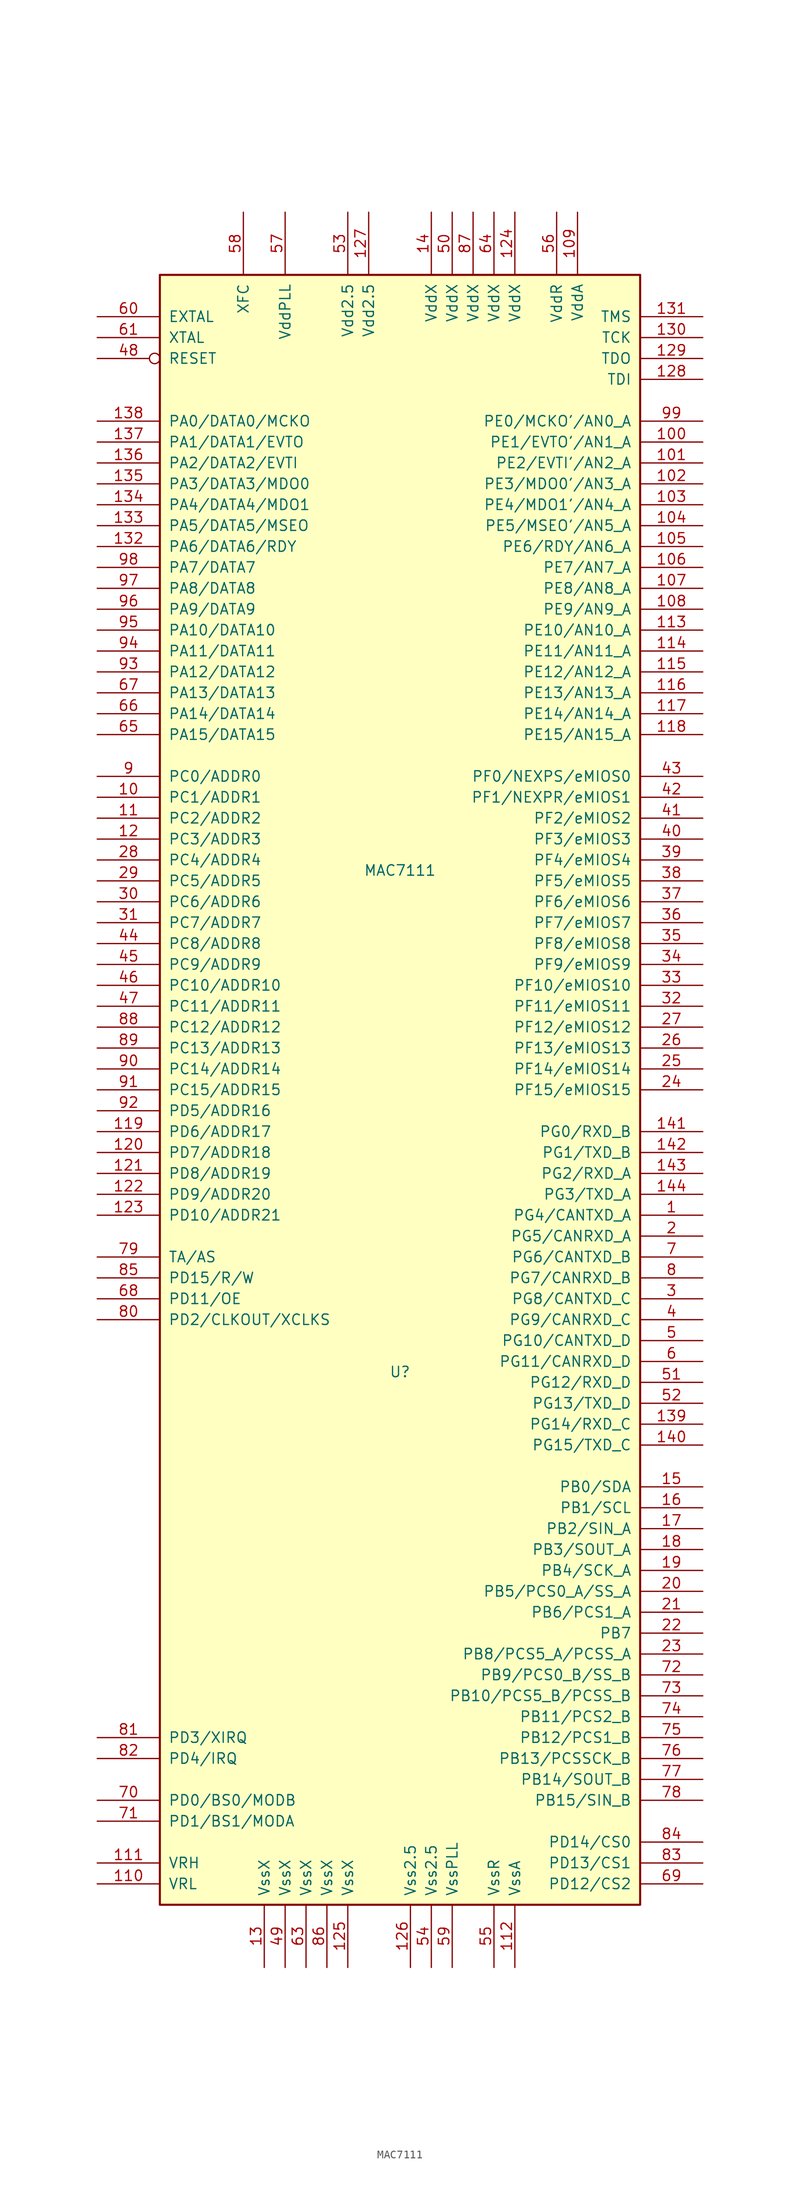
<source format=kicad_sym>
(kicad_symbol_lib
  (version 20211014)
  (generator kicad_symbol_editor)
  (symbol "MAC7111"
    (pin_names
      (offset 1.016))
    (property "Reference" "U"
      (at -1.27 -44.45 0)
      (effects (font (size 1.27 1.27))))
    (property "Value" "MAC7111"
      (at -1.27 16.51 0)
      (effects (font (size 1.27 1.27))))
    (symbol "MAC7111_0_1"
      (rectangle (start 27.94 -109.22) (end -30.48 88.9) (stroke (width 0.254) (type default) (color 0 0 0 0)) (fill (type background))))
    (symbol "MAC7111_1_1"
      (pin bidirectional line (at 35.56 -25.4 180) (length 7.62) (name "PG4/CANTXD_A" (effects (font (size 1.27 1.27)))) (number "1" (effects (font (size 1.27 1.27)))))
      (pin bidirectional line (at -38.1 25.4 0) (length 7.62) (name "PC1/ADDR1" (effects (font (size 1.27 1.27)))) (number "10" (effects (font (size 1.27 1.27)))))
      (pin bidirectional line (at 35.56 68.58 180) (length 7.62) (name "PE1/EVTO'/AN1_A" (effects (font (size 1.27 1.27)))) (number "100" (effects (font (size 1.27 1.27)))))
      (pin bidirectional line (at 35.56 66.04 180) (length 7.62) (name "PE2/EVTI'/AN2_A" (effects (font (size 1.27 1.27)))) (number "101" (effects (font (size 1.27 1.27)))))
      (pin bidirectional line (at 35.56 63.5 180) (length 7.62) (name "PE3/MDO0'/AN3_A" (effects (font (size 1.27 1.27)))) (number "102" (effects (font (size 1.27 1.27)))))
      (pin bidirectional line (at 35.56 60.96 180) (length 7.62) (name "PE4/MDO1'/AN4_A" (effects (font (size 1.27 1.27)))) (number "103" (effects (font (size 1.27 1.27)))))
      (pin bidirectional line (at 35.56 58.42 180) (length 7.62) (name "PE5/MSEO'/AN5_A" (effects (font (size 1.27 1.27)))) (number "104" (effects (font (size 1.27 1.27)))))
      (pin bidirectional line (at 35.56 55.88 180) (length 7.62) (name "PE6/RDY/AN6_A" (effects (font (size 1.27 1.27)))) (number "105" (effects (font (size 1.27 1.27)))))
      (pin bidirectional line (at 35.56 53.34 180) (length 7.62) (name "PE7/AN7_A" (effects (font (size 1.27 1.27)))) (number "106" (effects (font (size 1.27 1.27)))))
      (pin bidirectional line (at 35.56 50.8 180) (length 7.62) (name "PE8/AN8_A" (effects (font (size 1.27 1.27)))) (number "107" (effects (font (size 1.27 1.27)))))
      (pin bidirectional line (at 35.56 48.26 180) (length 7.62) (name "PE9/AN9_A" (effects (font (size 1.27 1.27)))) (number "108" (effects (font (size 1.27 1.27)))))
      (pin power_in line (at 20.32 96.52 270) (length 7.62) (name "VddA" (effects (font (size 1.27 1.27)))) (number "109" (effects (font (size 1.27 1.27)))))
      (pin bidirectional line (at -38.1 22.86 0) (length 7.62) (name "PC2/ADDR2" (effects (font (size 1.27 1.27)))) (number "11" (effects (font (size 1.27 1.27)))))
      (pin passive line (at -38.1 -106.68 0) (length 7.62) (name "VRL" (effects (font (size 1.27 1.27)))) (number "110" (effects (font (size 1.27 1.27)))))
      (pin passive line (at -38.1 -104.14 0) (length 7.62) (name "VRH" (effects (font (size 1.27 1.27)))) (number "111" (effects (font (size 1.27 1.27)))))
      (pin power_in line (at 12.7 -116.84 90) (length 7.62) (name "VssA" (effects (font (size 1.27 1.27)))) (number "112" (effects (font (size 1.27 1.27)))))
      (pin bidirectional line (at 35.56 45.72 180) (length 7.62) (name "PE10/AN10_A" (effects (font (size 1.27 1.27)))) (number "113" (effects (font (size 1.27 1.27)))))
      (pin bidirectional line (at 35.56 43.18 180) (length 7.62) (name "PE11/AN11_A" (effects (font (size 1.27 1.27)))) (number "114" (effects (font (size 1.27 1.27)))))
      (pin bidirectional line (at 35.56 40.64 180) (length 7.62) (name "PE12/AN12_A" (effects (font (size 1.27 1.27)))) (number "115" (effects (font (size 1.27 1.27)))))
      (pin bidirectional line (at 35.56 38.1 180) (length 7.62) (name "PE13/AN13_A" (effects (font (size 1.27 1.27)))) (number "116" (effects (font (size 1.27 1.27)))))
      (pin bidirectional line (at 35.56 35.56 180) (length 7.62) (name "PE14/AN14_A" (effects (font (size 1.27 1.27)))) (number "117" (effects (font (size 1.27 1.27)))))
      (pin bidirectional line (at 35.56 33.02 180) (length 7.62) (name "PE15/AN15_A" (effects (font (size 1.27 1.27)))) (number "118" (effects (font (size 1.27 1.27)))))
      (pin bidirectional line (at -38.1 -15.24 0) (length 7.62) (name "PD6/ADDR17" (effects (font (size 1.27 1.27)))) (number "119" (effects (font (size 1.27 1.27)))))
      (pin bidirectional line (at -38.1 20.32 0) (length 7.62) (name "PC3/ADDR3" (effects (font (size 1.27 1.27)))) (number "12" (effects (font (size 1.27 1.27)))))
      (pin bidirectional line (at -38.1 -17.78 0) (length 7.62) (name "PD7/ADDR18" (effects (font (size 1.27 1.27)))) (number "120" (effects (font (size 1.27 1.27)))))
      (pin bidirectional line (at -38.1 -20.32 0) (length 7.62) (name "PD8/ADDR19" (effects (font (size 1.27 1.27)))) (number "121" (effects (font (size 1.27 1.27)))))
      (pin bidirectional line (at -38.1 -22.86 0) (length 7.62) (name "PD9/ADDR20" (effects (font (size 1.27 1.27)))) (number "122" (effects (font (size 1.27 1.27)))))
      (pin bidirectional line (at -38.1 -25.4 0) (length 7.62) (name "PD10/ADDR21" (effects (font (size 1.27 1.27)))) (number "123" (effects (font (size 1.27 1.27)))))
      (pin power_in line (at 12.7 96.52 270) (length 7.62) (name "VddX" (effects (font (size 1.27 1.27)))) (number "124" (effects (font (size 1.27 1.27)))))
      (pin power_in line (at -7.62 -116.84 90) (length 7.62) (name "VssX" (effects (font (size 1.27 1.27)))) (number "125" (effects (font (size 1.27 1.27)))))
      (pin power_in line (at 0 -116.84 90) (length 7.62) (name "Vss2.5" (effects (font (size 1.27 1.27)))) (number "126" (effects (font (size 1.27 1.27)))))
      (pin power_in line (at -5.08 96.52 270) (length 7.62) (name "Vdd2.5" (effects (font (size 1.27 1.27)))) (number "127" (effects (font (size 1.27 1.27)))))
      (pin input line (at 35.56 76.2 180) (length 7.62) (name "TDI" (effects (font (size 1.27 1.27)))) (number "128" (effects (font (size 1.27 1.27)))))
      (pin output line (at 35.56 78.74 180) (length 7.62) (name "TDO" (effects (font (size 1.27 1.27)))) (number "129" (effects (font (size 1.27 1.27)))))
      (pin power_in line (at -17.78 -116.84 90) (length 7.62) (name "VssX" (effects (font (size 1.27 1.27)))) (number "13" (effects (font (size 1.27 1.27)))))
      (pin input line (at 35.56 81.28 180) (length 7.62) (name "TCK" (effects (font (size 1.27 1.27)))) (number "130" (effects (font (size 1.27 1.27)))))
      (pin input line (at 35.56 83.82 180) (length 7.62) (name "TMS" (effects (font (size 1.27 1.27)))) (number "131" (effects (font (size 1.27 1.27)))))
      (pin bidirectional line (at -38.1 55.88 0) (length 7.62) (name "PA6/DATA6/RDY" (effects (font (size 1.27 1.27)))) (number "132" (effects (font (size 1.27 1.27)))))
      (pin bidirectional line (at -38.1 58.42 0) (length 7.62) (name "PA5/DATA5/MSEO" (effects (font (size 1.27 1.27)))) (number "133" (effects (font (size 1.27 1.27)))))
      (pin bidirectional line (at -38.1 60.96 0) (length 7.62) (name "PA4/DATA4/MDO1" (effects (font (size 1.27 1.27)))) (number "134" (effects (font (size 1.27 1.27)))))
      (pin bidirectional line (at -38.1 63.5 0) (length 7.62) (name "PA3/DATA3/MDO0" (effects (font (size 1.27 1.27)))) (number "135" (effects (font (size 1.27 1.27)))))
      (pin bidirectional line (at -38.1 66.04 0) (length 7.62) (name "PA2/DATA2/EVTI" (effects (font (size 1.27 1.27)))) (number "136" (effects (font (size 1.27 1.27)))))
      (pin bidirectional line (at -38.1 68.58 0) (length 7.62) (name "PA1/DATA1/EVTO" (effects (font (size 1.27 1.27)))) (number "137" (effects (font (size 1.27 1.27)))))
      (pin bidirectional line (at -38.1 71.12 0) (length 7.62) (name "PA0/DATA0/MCKO" (effects (font (size 1.27 1.27)))) (number "138" (effects (font (size 1.27 1.27)))))
      (pin bidirectional line (at 35.56 -50.8 180) (length 7.62) (name "PG14/RXD_C" (effects (font (size 1.27 1.27)))) (number "139" (effects (font (size 1.27 1.27)))))
      (pin power_in line (at 2.54 96.52 270) (length 7.62) (name "VddX" (effects (font (size 1.27 1.27)))) (number "14" (effects (font (size 1.27 1.27)))))
      (pin bidirectional line (at 35.56 -53.34 180) (length 7.62) (name "PG15/TXD_C" (effects (font (size 1.27 1.27)))) (number "140" (effects (font (size 1.27 1.27)))))
      (pin bidirectional line (at 35.56 -15.24 180) (length 7.62) (name "PG0/RXD_B" (effects (font (size 1.27 1.27)))) (number "141" (effects (font (size 1.27 1.27)))))
      (pin bidirectional line (at 35.56 -17.78 180) (length 7.62) (name "PG1/TXD_B" (effects (font (size 1.27 1.27)))) (number "142" (effects (font (size 1.27 1.27)))))
      (pin bidirectional line (at 35.56 -20.32 180) (length 7.62) (name "PG2/RXD_A" (effects (font (size 1.27 1.27)))) (number "143" (effects (font (size 1.27 1.27)))))
      (pin bidirectional line (at 35.56 -22.86 180) (length 7.62) (name "PG3/TXD_A" (effects (font (size 1.27 1.27)))) (number "144" (effects (font (size 1.27 1.27)))))
      (pin bidirectional line (at 35.56 -58.42 180) (length 7.62) (name "PB0/SDA" (effects (font (size 1.27 1.27)))) (number "15" (effects (font (size 1.27 1.27)))))
      (pin bidirectional line (at 35.56 -60.96 180) (length 7.62) (name "PB1/SCL" (effects (font (size 1.27 1.27)))) (number "16" (effects (font (size 1.27 1.27)))))
      (pin bidirectional line (at 35.56 -63.5 180) (length 7.62) (name "PB2/SIN_A" (effects (font (size 1.27 1.27)))) (number "17" (effects (font (size 1.27 1.27)))))
      (pin bidirectional line (at 35.56 -66.04 180) (length 7.62) (name "PB3/SOUT_A" (effects (font (size 1.27 1.27)))) (number "18" (effects (font (size 1.27 1.27)))))
      (pin bidirectional line (at 35.56 -68.58 180) (length 7.62) (name "PB4/SCK_A" (effects (font (size 1.27 1.27)))) (number "19" (effects (font (size 1.27 1.27)))))
      (pin bidirectional line (at 35.56 -27.94 180) (length 7.62) (name "PG5/CANRXD_A" (effects (font (size 1.27 1.27)))) (number "2" (effects (font (size 1.27 1.27)))))
      (pin bidirectional line (at 35.56 -71.12 180) (length 7.62) (name "PB5/PCS0_A/SS_A" (effects (font (size 1.27 1.27)))) (number "20" (effects (font (size 1.27 1.27)))))
      (pin bidirectional line (at 35.56 -73.66 180) (length 7.62) (name "PB6/PCS1_A" (effects (font (size 1.27 1.27)))) (number "21" (effects (font (size 1.27 1.27)))))
      (pin bidirectional line (at 35.56 -76.2 180) (length 7.62) (name "PB7" (effects (font (size 1.27 1.27)))) (number "22" (effects (font (size 1.27 1.27)))))
      (pin bidirectional line (at 35.56 -78.74 180) (length 7.62) (name "PB8/PCS5_A/PCSS_A" (effects (font (size 1.27 1.27)))) (number "23" (effects (font (size 1.27 1.27)))))
      (pin bidirectional line (at 35.56 -10.16 180) (length 7.62) (name "PF15/eMIOS15" (effects (font (size 1.27 1.27)))) (number "24" (effects (font (size 1.27 1.27)))))
      (pin bidirectional line (at 35.56 -7.62 180) (length 7.62) (name "PF14/eMIOS14" (effects (font (size 1.27 1.27)))) (number "25" (effects (font (size 1.27 1.27)))))
      (pin bidirectional line (at 35.56 -5.08 180) (length 7.62) (name "PF13/eMIOS13" (effects (font (size 1.27 1.27)))) (number "26" (effects (font (size 1.27 1.27)))))
      (pin bidirectional line (at 35.56 -2.54 180) (length 7.62) (name "PF12/eMIOS12" (effects (font (size 1.27 1.27)))) (number "27" (effects (font (size 1.27 1.27)))))
      (pin bidirectional line (at -38.1 17.78 0) (length 7.62) (name "PC4/ADDR4" (effects (font (size 1.27 1.27)))) (number "28" (effects (font (size 1.27 1.27)))))
      (pin bidirectional line (at -38.1 15.24 0) (length 7.62) (name "PC5/ADDR5" (effects (font (size 1.27 1.27)))) (number "29" (effects (font (size 1.27 1.27)))))
      (pin bidirectional line (at 35.56 -35.56 180) (length 7.62) (name "PG8/CANTXD_C" (effects (font (size 1.27 1.27)))) (number "3" (effects (font (size 1.27 1.27)))))
      (pin bidirectional line (at -38.1 12.7 0) (length 7.62) (name "PC6/ADDR6" (effects (font (size 1.27 1.27)))) (number "30" (effects (font (size 1.27 1.27)))))
      (pin bidirectional line (at -38.1 10.16 0) (length 7.62) (name "PC7/ADDR7" (effects (font (size 1.27 1.27)))) (number "31" (effects (font (size 1.27 1.27)))))
      (pin bidirectional line (at 35.56 0 180) (length 7.62) (name "PF11/eMIOS11" (effects (font (size 1.27 1.27)))) (number "32" (effects (font (size 1.27 1.27)))))
      (pin bidirectional line (at 35.56 2.54 180) (length 7.62) (name "PF10/eMIOS10" (effects (font (size 1.27 1.27)))) (number "33" (effects (font (size 1.27 1.27)))))
      (pin bidirectional line (at 35.56 5.08 180) (length 7.62) (name "PF9/eMIOS9" (effects (font (size 1.27 1.27)))) (number "34" (effects (font (size 1.27 1.27)))))
      (pin bidirectional line (at 35.56 7.62 180) (length 7.62) (name "PF8/eMIOS8" (effects (font (size 1.27 1.27)))) (number "35" (effects (font (size 1.27 1.27)))))
      (pin bidirectional line (at 35.56 10.16 180) (length 7.62) (name "PF7/eMIOS7" (effects (font (size 1.27 1.27)))) (number "36" (effects (font (size 1.27 1.27)))))
      (pin bidirectional line (at 35.56 12.7 180) (length 7.62) (name "PF6/eMIOS6" (effects (font (size 1.27 1.27)))) (number "37" (effects (font (size 1.27 1.27)))))
      (pin bidirectional line (at 35.56 15.24 180) (length 7.62) (name "PF5/eMIOS5" (effects (font (size 1.27 1.27)))) (number "38" (effects (font (size 1.27 1.27)))))
      (pin bidirectional line (at 35.56 17.78 180) (length 7.62) (name "PF4/eMIOS4" (effects (font (size 1.27 1.27)))) (number "39" (effects (font (size 1.27 1.27)))))
      (pin bidirectional line (at 35.56 -38.1 180) (length 7.62) (name "PG9/CANRXD_C" (effects (font (size 1.27 1.27)))) (number "4" (effects (font (size 1.27 1.27)))))
      (pin bidirectional line (at 35.56 20.32 180) (length 7.62) (name "PF3/eMIOS3" (effects (font (size 1.27 1.27)))) (number "40" (effects (font (size 1.27 1.27)))))
      (pin bidirectional line (at 35.56 22.86 180) (length 7.62) (name "PF2/eMIOS2" (effects (font (size 1.27 1.27)))) (number "41" (effects (font (size 1.27 1.27)))))
      (pin bidirectional line (at 35.56 25.4 180) (length 7.62) (name "PF1/NEXPR/eMIOS1" (effects (font (size 1.27 1.27)))) (number "42" (effects (font (size 1.27 1.27)))))
      (pin bidirectional line (at 35.56 27.94 180) (length 7.62) (name "PF0/NEXPS/eMIOS0" (effects (font (size 1.27 1.27)))) (number "43" (effects (font (size 1.27 1.27)))))
      (pin bidirectional line (at -38.1 7.62 0) (length 7.62) (name "PC8/ADDR8" (effects (font (size 1.27 1.27)))) (number "44" (effects (font (size 1.27 1.27)))))
      (pin bidirectional line (at -38.1 5.08 0) (length 7.62) (name "PC9/ADDR9" (effects (font (size 1.27 1.27)))) (number "45" (effects (font (size 1.27 1.27)))))
      (pin bidirectional line (at -38.1 2.54 0) (length 7.62) (name "PC10/ADDR10" (effects (font (size 1.27 1.27)))) (number "46" (effects (font (size 1.27 1.27)))))
      (pin bidirectional line (at -38.1 0 0) (length 7.62) (name "PC11/ADDR11" (effects (font (size 1.27 1.27)))) (number "47" (effects (font (size 1.27 1.27)))))
      (pin bidirectional inverted (at -38.1 78.74 0) (length 7.62) (name "RESET" (effects (font (size 1.27 1.27)))) (number "48" (effects (font (size 1.27 1.27)))))
      (pin power_in line (at -15.24 -116.84 90) (length 7.62) (name "VssX" (effects (font (size 1.27 1.27)))) (number "49" (effects (font (size 1.27 1.27)))))
      (pin bidirectional line (at 35.56 -40.64 180) (length 7.62) (name "PG10/CANTXD_D" (effects (font (size 1.27 1.27)))) (number "5" (effects (font (size 1.27 1.27)))))
      (pin power_in line (at 5.08 96.52 270) (length 7.62) (name "VddX" (effects (font (size 1.27 1.27)))) (number "50" (effects (font (size 1.27 1.27)))))
      (pin bidirectional line (at 35.56 -45.72 180) (length 7.62) (name "PG12/RXD_D" (effects (font (size 1.27 1.27)))) (number "51" (effects (font (size 1.27 1.27)))))
      (pin bidirectional line (at 35.56 -48.26 180) (length 7.62) (name "PG13/TXD_D" (effects (font (size 1.27 1.27)))) (number "52" (effects (font (size 1.27 1.27)))))
      (pin passive line (at -7.62 96.52 270) (length 7.62) (name "Vdd2.5" (effects (font (size 1.27 1.27)))) (number "53" (effects (font (size 1.27 1.27)))))
      (pin power_in line (at 2.54 -116.84 90) (length 7.62) (name "Vss2.5" (effects (font (size 1.27 1.27)))) (number "54" (effects (font (size 1.27 1.27)))))
      (pin power_in line (at 10.16 -116.84 90) (length 7.62) (name "VssR" (effects (font (size 1.27 1.27)))) (number "55" (effects (font (size 1.27 1.27)))))
      (pin power_in line (at 17.78 96.52 270) (length 7.62) (name "VddR" (effects (font (size 1.27 1.27)))) (number "56" (effects (font (size 1.27 1.27)))))
      (pin passive line (at -15.24 96.52 270) (length 7.62) (name "VddPLL" (effects (font (size 1.27 1.27)))) (number "57" (effects (font (size 1.27 1.27)))))
      (pin bidirectional line (at -20.32 96.52 270) (length 7.62) (name "XFC" (effects (font (size 1.27 1.27)))) (number "58" (effects (font (size 1.27 1.27)))))
      (pin passive line (at 5.08 -116.84 90) (length 7.62) (name "VssPLL" (effects (font (size 1.27 1.27)))) (number "59" (effects (font (size 1.27 1.27)))))
      (pin bidirectional line (at 35.56 -43.18 180) (length 7.62) (name "PG11/CANRXD_D" (effects (font (size 1.27 1.27)))) (number "6" (effects (font (size 1.27 1.27)))))
      (pin input line (at -38.1 83.82 0) (length 7.62) (name "EXTAL" (effects (font (size 1.27 1.27)))) (number "60" (effects (font (size 1.27 1.27)))))
      (pin output line (at -38.1 81.28 0) (length 7.62) (name "XTAL" (effects (font (size 1.27 1.27)))) (number "61" (effects (font (size 1.27 1.27)))))
      (pin power_in line (at -12.7 -116.84 90) (length 7.62) (name "VssX" (effects (font (size 1.27 1.27)))) (number "63" (effects (font (size 1.27 1.27)))))
      (pin power_in line (at 10.16 96.52 270) (length 7.62) (name "VddX" (effects (font (size 1.27 1.27)))) (number "64" (effects (font (size 1.27 1.27)))))
      (pin bidirectional line (at -38.1 33.02 0) (length 7.62) (name "PA15/DATA15" (effects (font (size 1.27 1.27)))) (number "65" (effects (font (size 1.27 1.27)))))
      (pin bidirectional line (at -38.1 35.56 0) (length 7.62) (name "PA14/DATA14" (effects (font (size 1.27 1.27)))) (number "66" (effects (font (size 1.27 1.27)))))
      (pin bidirectional line (at -38.1 38.1 0) (length 7.62) (name "PA13/DATA13" (effects (font (size 1.27 1.27)))) (number "67" (effects (font (size 1.27 1.27)))))
      (pin bidirectional line (at -38.1 -35.56 0) (length 7.62) (name "PD11/OE" (effects (font (size 1.27 1.27)))) (number "68" (effects (font (size 1.27 1.27)))))
      (pin bidirectional line (at 35.56 -106.68 180) (length 7.62) (name "PD12/CS2" (effects (font (size 1.27 1.27)))) (number "69" (effects (font (size 1.27 1.27)))))
      (pin bidirectional line (at 35.56 -30.48 180) (length 7.62) (name "PG6/CANTXD_B" (effects (font (size 1.27 1.27)))) (number "7" (effects (font (size 1.27 1.27)))))
      (pin bidirectional line (at -38.1 -96.52 0) (length 7.62) (name "PD0/BS0/MODB" (effects (font (size 1.27 1.27)))) (number "70" (effects (font (size 1.27 1.27)))))
      (pin bidirectional line (at -38.1 -99.06 0) (length 7.62) (name "PD1/BS1/MODA" (effects (font (size 1.27 1.27)))) (number "71" (effects (font (size 1.27 1.27)))))
      (pin bidirectional line (at 35.56 -81.28 180) (length 7.62) (name "PB9/PCS0_B/SS_B" (effects (font (size 1.27 1.27)))) (number "72" (effects (font (size 1.27 1.27)))))
      (pin bidirectional line (at 35.56 -83.82 180) (length 7.62) (name "PB10/PCS5_B/PCSS_B" (effects (font (size 1.27 1.27)))) (number "73" (effects (font (size 1.27 1.27)))))
      (pin bidirectional line (at 35.56 -86.36 180) (length 7.62) (name "PB11/PCS2_B" (effects (font (size 1.27 1.27)))) (number "74" (effects (font (size 1.27 1.27)))))
      (pin bidirectional line (at 35.56 -88.9 180) (length 7.62) (name "PB12/PCS1_B" (effects (font (size 1.27 1.27)))) (number "75" (effects (font (size 1.27 1.27)))))
      (pin bidirectional line (at 35.56 -91.44 180) (length 7.62) (name "PB13/PCSSCK_B" (effects (font (size 1.27 1.27)))) (number "76" (effects (font (size 1.27 1.27)))))
      (pin bidirectional line (at 35.56 -93.98 180) (length 7.62) (name "PB14/SOUT_B" (effects (font (size 1.27 1.27)))) (number "77" (effects (font (size 1.27 1.27)))))
      (pin bidirectional line (at 35.56 -96.52 180) (length 7.62) (name "PB15/SIN_B" (effects (font (size 1.27 1.27)))) (number "78" (effects (font (size 1.27 1.27)))))
      (pin bidirectional line (at -38.1 -30.48 0) (length 7.62) (name "TA/AS" (effects (font (size 1.27 1.27)))) (number "79" (effects (font (size 1.27 1.27)))))
      (pin bidirectional line (at 35.56 -33.02 180) (length 7.62) (name "PG7/CANRXD_B" (effects (font (size 1.27 1.27)))) (number "8" (effects (font (size 1.27 1.27)))))
      (pin bidirectional line (at -38.1 -38.1 0) (length 7.62) (name "PD2/CLKOUT/XCLKS" (effects (font (size 1.27 1.27)))) (number "80" (effects (font (size 1.27 1.27)))))
      (pin bidirectional line (at -38.1 -88.9 0) (length 7.62) (name "PD3/XIRQ" (effects (font (size 1.27 1.27)))) (number "81" (effects (font (size 1.27 1.27)))))
      (pin bidirectional line (at -38.1 -91.44 0) (length 7.62) (name "PD4/IRQ" (effects (font (size 1.27 1.27)))) (number "82" (effects (font (size 1.27 1.27)))))
      (pin bidirectional line (at 35.56 -104.14 180) (length 7.62) (name "PD13/CS1" (effects (font (size 1.27 1.27)))) (number "83" (effects (font (size 1.27 1.27)))))
      (pin bidirectional line (at 35.56 -101.6 180) (length 7.62) (name "PD14/CS0" (effects (font (size 1.27 1.27)))) (number "84" (effects (font (size 1.27 1.27)))))
      (pin bidirectional line (at -38.1 -33.02 0) (length 7.62) (name "PD15/R/W" (effects (font (size 1.27 1.27)))) (number "85" (effects (font (size 1.27 1.27)))))
      (pin power_in line (at -10.16 -116.84 90) (length 7.62) (name "VssX" (effects (font (size 1.27 1.27)))) (number "86" (effects (font (size 1.27 1.27)))))
      (pin power_in line (at 7.62 96.52 270) (length 7.62) (name "VddX" (effects (font (size 1.27 1.27)))) (number "87" (effects (font (size 1.27 1.27)))))
      (pin bidirectional line (at -38.1 -2.54 0) (length 7.62) (name "PC12/ADDR12" (effects (font (size 1.27 1.27)))) (number "88" (effects (font (size 1.27 1.27)))))
      (pin bidirectional line (at -38.1 -5.08 0) (length 7.62) (name "PC13/ADDR13" (effects (font (size 1.27 1.27)))) (number "89" (effects (font (size 1.27 1.27)))))
      (pin bidirectional line (at -38.1 27.94 0) (length 7.62) (name "PC0/ADDR0" (effects (font (size 1.27 1.27)))) (number "9" (effects (font (size 1.27 1.27)))))
      (pin bidirectional line (at -38.1 -7.62 0) (length 7.62) (name "PC14/ADDR14" (effects (font (size 1.27 1.27)))) (number "90" (effects (font (size 1.27 1.27)))))
      (pin bidirectional line (at -38.1 -10.16 0) (length 7.62) (name "PC15/ADDR15" (effects (font (size 1.27 1.27)))) (number "91" (effects (font (size 1.27 1.27)))))
      (pin bidirectional line (at -38.1 -12.7 0) (length 7.62) (name "PD5/ADDR16" (effects (font (size 1.27 1.27)))) (number "92" (effects (font (size 1.27 1.27)))))
      (pin bidirectional line (at -38.1 40.64 0) (length 7.62) (name "PA12/DATA12" (effects (font (size 1.27 1.27)))) (number "93" (effects (font (size 1.27 1.27)))))
      (pin bidirectional line (at -38.1 43.18 0) (length 7.62) (name "PA11/DATA11" (effects (font (size 1.27 1.27)))) (number "94" (effects (font (size 1.27 1.27)))))
      (pin bidirectional line (at -38.1 45.72 0) (length 7.62) (name "PA10/DATA10" (effects (font (size 1.27 1.27)))) (number "95" (effects (font (size 1.27 1.27)))))
      (pin bidirectional line (at -38.1 48.26 0) (length 7.62) (name "PA9/DATA9" (effects (font (size 1.27 1.27)))) (number "96" (effects (font (size 1.27 1.27)))))
      (pin bidirectional line (at -38.1 50.8 0) (length 7.62) (name "PA8/DATA8" (effects (font (size 1.27 1.27)))) (number "97" (effects (font (size 1.27 1.27)))))
      (pin bidirectional line (at -38.1 53.34 0) (length 7.62) (name "PA7/DATA7" (effects (font (size 1.27 1.27)))) (number "98" (effects (font (size 1.27 1.27)))))
      (pin bidirectional line (at 35.56 71.12 180) (length 7.62) (name "PE0/MCKO'/AN0_A" (effects (font (size 1.27 1.27)))) (number "99" (effects (font (size 1.27 1.27))))))))
</source>
